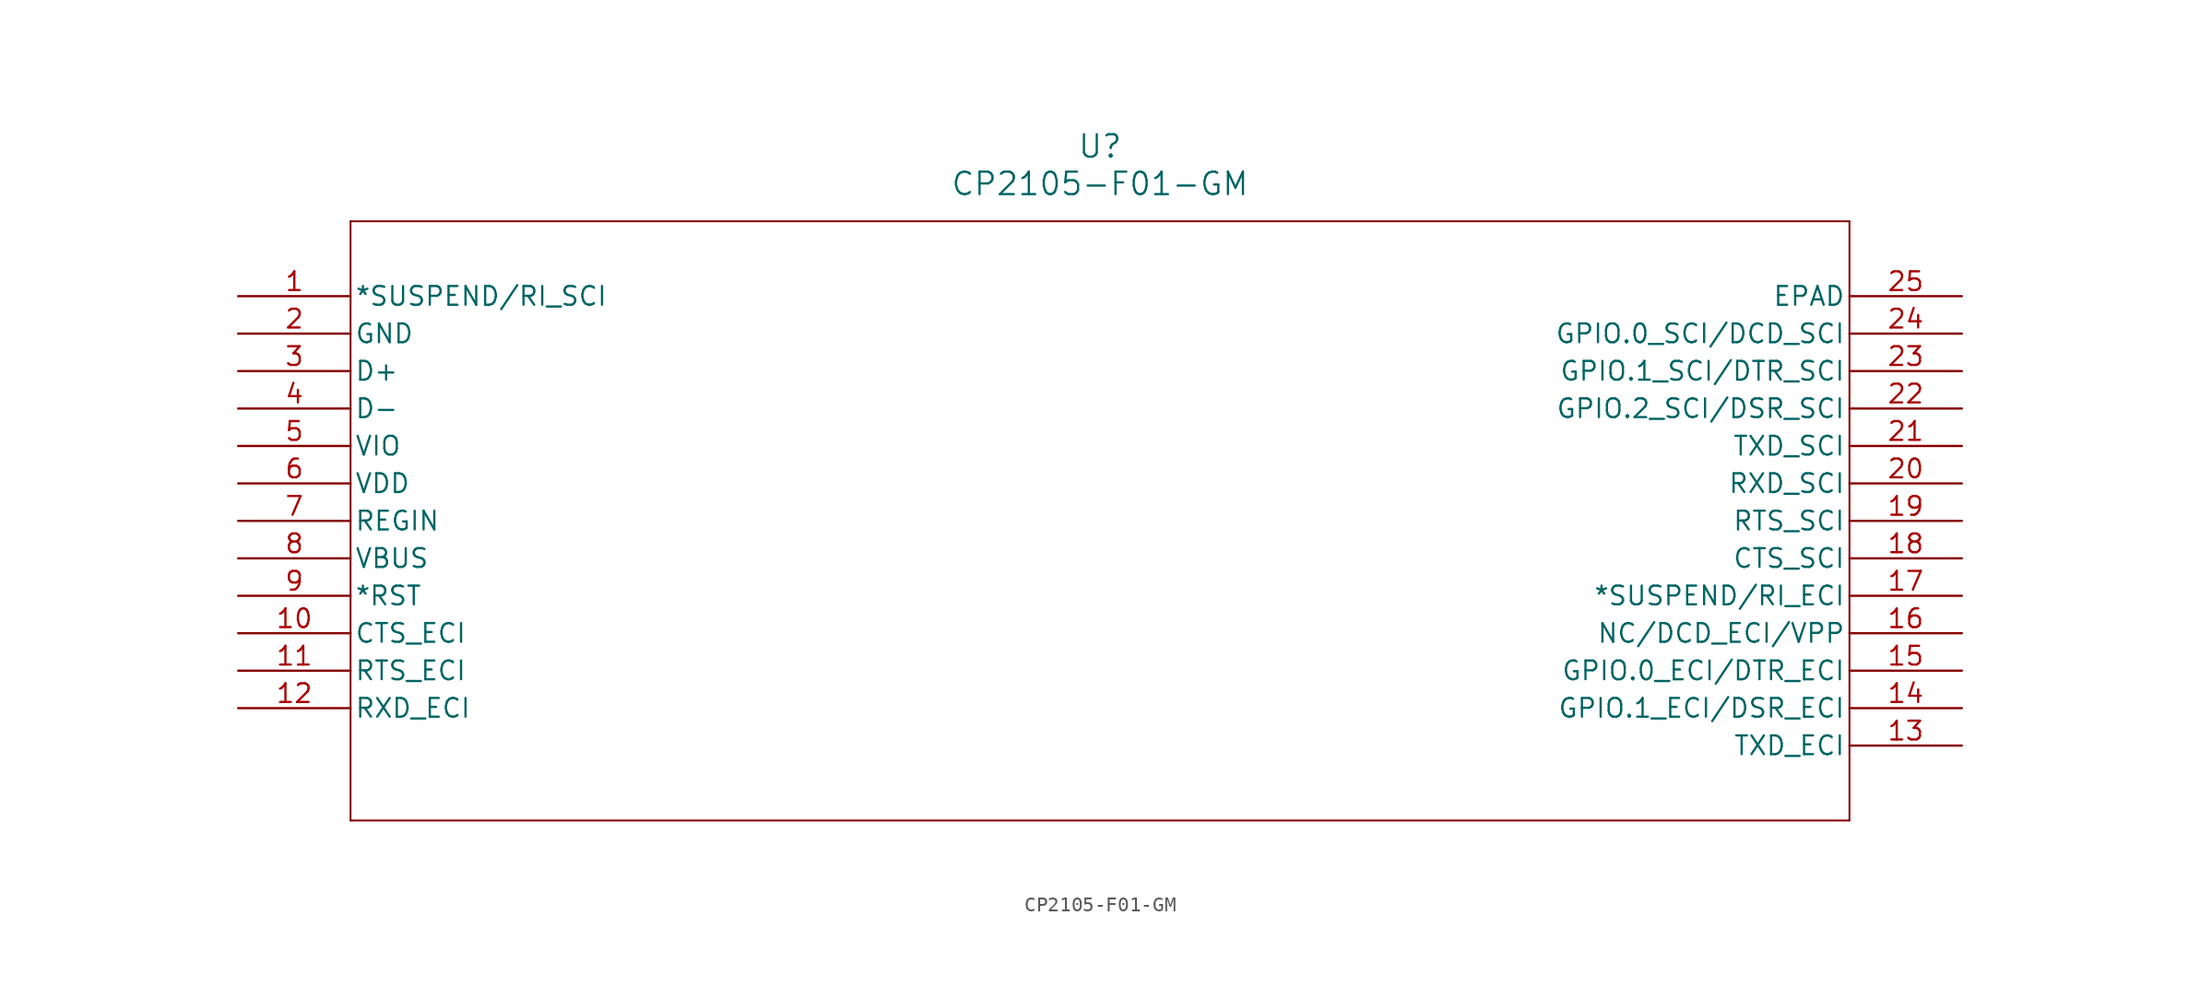
<source format=kicad_sym>
(kicad_symbol_lib
  (version 20211014)
  (generator kicad_symbol_editor)
  (symbol "CP2105-F01-GM"
    (pin_names
      (offset 0.254))
    (property "Reference" "U"
      (at 58.42 10.16 0)
      (effects (font (size 1.524 1.524))))
    (property "Value" "CP2105-F01-GM"
      (at 58.42 7.62 0)
      (effects (font (size 1.524 1.524))))
    (symbol "CP2105-F01-GM_0_1"
      (polyline (pts (xy 7.62 5.08) (xy 7.62 -35.56)) (stroke (width 0.127) (type default) (color 0 0 0 0)) (fill (type none)))
      (polyline (pts (xy 7.62 -35.56) (xy 109.22 -35.56)) (stroke (width 0.127) (type default) (color 0 0 0 0)) (fill (type none)))
      (polyline (pts (xy 109.22 -35.56) (xy 109.22 5.08)) (stroke (width 0.127) (type default) (color 0 0 0 0)) (fill (type none)))
      (polyline (pts (xy 109.22 5.08) (xy 7.62 5.08)) (stroke (width 0.127) (type default) (color 0 0 0 0)) (fill (type none)))
      (pin bidirectional line (at 0 0 0) (length 7.62) (name "*SUSPEND/RI_SCI" (effects (font (size 1.27 1.27)))) (number "1" (effects (font (size 1.27 1.27)))))
      (pin power_in line (at 0 -2.54 0) (length 7.62) (name "GND" (effects (font (size 1.27 1.27)))) (number "2" (effects (font (size 1.27 1.27)))))
      (pin bidirectional line (at 0 -5.08 0) (length 7.62) (name "D+" (effects (font (size 1.27 1.27)))) (number "3" (effects (font (size 1.27 1.27)))))
      (pin bidirectional line (at 0 -7.62 0) (length 7.62) (name "D-" (effects (font (size 1.27 1.27)))) (number "4" (effects (font (size 1.27 1.27)))))
      (pin bidirectional line (at 0 -10.16 0) (length 7.62) (name "VIO" (effects (font (size 1.27 1.27)))) (number "5" (effects (font (size 1.27 1.27)))))
      (pin power_in line (at 0 -12.7 0) (length 7.62) (name "VDD" (effects (font (size 1.27 1.27)))) (number "6" (effects (font (size 1.27 1.27)))))
      (pin input line (at 0 -15.24 0) (length 7.62) (name "REGIN" (effects (font (size 1.27 1.27)))) (number "7" (effects (font (size 1.27 1.27)))))
      (pin input line (at 0 -17.78 0) (length 7.62) (name "VBUS" (effects (font (size 1.27 1.27)))) (number "8" (effects (font (size 1.27 1.27)))))
      (pin bidirectional line (at 0 -20.32 0) (length 7.62) (name "*RST" (effects (font (size 1.27 1.27)))) (number "9" (effects (font (size 1.27 1.27)))))
      (pin input line (at 0 -22.86 0) (length 7.62) (name "CTS_ECI" (effects (font (size 1.27 1.27)))) (number "10" (effects (font (size 1.27 1.27)))))
      (pin output line (at 0 -25.4 0) (length 7.62) (name "RTS_ECI" (effects (font (size 1.27 1.27)))) (number "11" (effects (font (size 1.27 1.27)))))
      (pin input line (at 0 -27.94 0) (length 7.62) (name "RXD_ECI" (effects (font (size 1.27 1.27)))) (number "12" (effects (font (size 1.27 1.27)))))
      (pin output line (at 116.84 -30.48 180) (length 7.62) (name "TXD_ECI" (effects (font (size 1.27 1.27)))) (number "13" (effects (font (size 1.27 1.27)))))
      (pin bidirectional line (at 116.84 -27.94 180) (length 7.62) (name "GPIO.1_ECI/DSR_ECI" (effects (font (size 1.27 1.27)))) (number "14" (effects (font (size 1.27 1.27)))))
      (pin bidirectional line (at 116.84 -25.4 180) (length 7.62) (name "GPIO.0_ECI/DTR_ECI" (effects (font (size 1.27 1.27)))) (number "15" (effects (font (size 1.27 1.27)))))
      (pin bidirectional line (at 116.84 -22.86 180) (length 7.62) (name "NC/DCD_ECI/VPP" (effects (font (size 1.27 1.27)))) (number "16" (effects (font (size 1.27 1.27)))))
      (pin bidirectional line (at 116.84 -20.32 180) (length 7.62) (name "*SUSPEND/RI_ECI" (effects (font (size 1.27 1.27)))) (number "17" (effects (font (size 1.27 1.27)))))
      (pin input line (at 116.84 -17.78 180) (length 7.62) (name "CTS_SCI" (effects (font (size 1.27 1.27)))) (number "18" (effects (font (size 1.27 1.27)))))
      (pin output line (at 116.84 -15.24 180) (length 7.62) (name "RTS_SCI" (effects (font (size 1.27 1.27)))) (number "19" (effects (font (size 1.27 1.27)))))
      (pin input line (at 116.84 -12.7 180) (length 7.62) (name "RXD_SCI" (effects (font (size 1.27 1.27)))) (number "20" (effects (font (size 1.27 1.27)))))
      (pin output line (at 116.84 -10.16 180) (length 7.62) (name "TXD_SCI" (effects (font (size 1.27 1.27)))) (number "21" (effects (font (size 1.27 1.27)))))
      (pin bidirectional line (at 116.84 -7.62 180) (length 7.62) (name "GPIO.2_SCI/DSR_SCI" (effects (font (size 1.27 1.27)))) (number "22" (effects (font (size 1.27 1.27)))))
      (pin bidirectional line (at 116.84 -5.08 180) (length 7.62) (name "GPIO.1_SCI/DTR_SCI" (effects (font (size 1.27 1.27)))) (number "23" (effects (font (size 1.27 1.27)))))
      (pin bidirectional line (at 116.84 -2.54 180) (length 7.62) (name "GPIO.0_SCI/DCD_SCI" (effects (font (size 1.27 1.27)))) (number "24" (effects (font (size 1.27 1.27)))))
      (pin unspecified line (at 116.84 0 180) (length 7.62) (name "EPAD" (effects (font (size 1.27 1.27)))) (number "25" (effects (font (size 1.27 1.27))))))))
</source>
